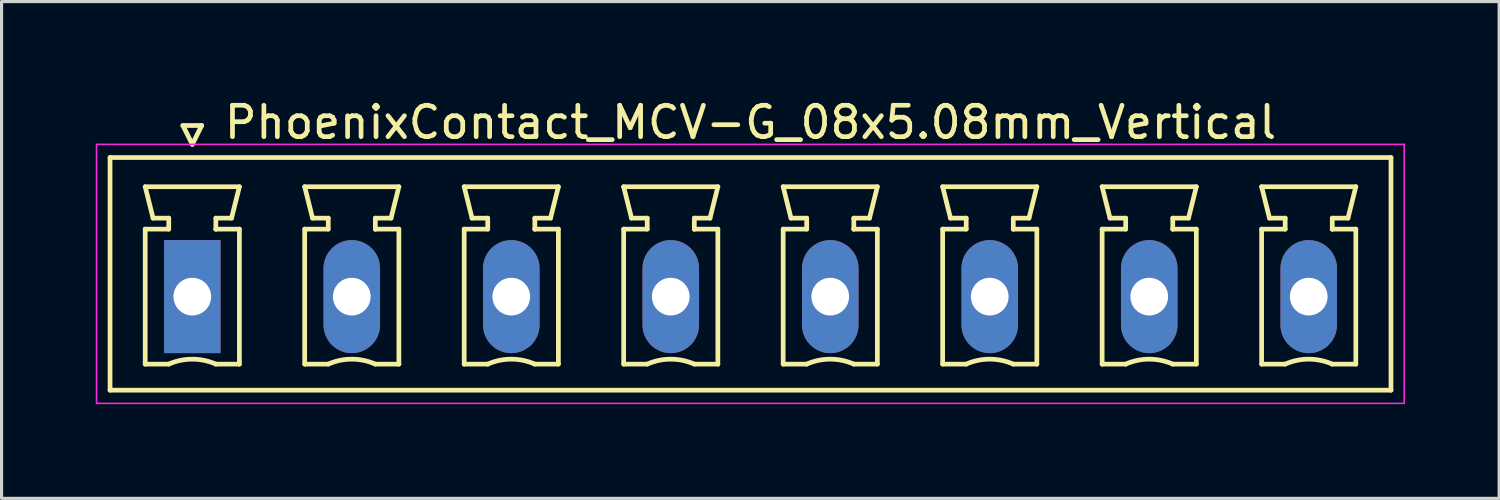
<source format=kicad_pcb>
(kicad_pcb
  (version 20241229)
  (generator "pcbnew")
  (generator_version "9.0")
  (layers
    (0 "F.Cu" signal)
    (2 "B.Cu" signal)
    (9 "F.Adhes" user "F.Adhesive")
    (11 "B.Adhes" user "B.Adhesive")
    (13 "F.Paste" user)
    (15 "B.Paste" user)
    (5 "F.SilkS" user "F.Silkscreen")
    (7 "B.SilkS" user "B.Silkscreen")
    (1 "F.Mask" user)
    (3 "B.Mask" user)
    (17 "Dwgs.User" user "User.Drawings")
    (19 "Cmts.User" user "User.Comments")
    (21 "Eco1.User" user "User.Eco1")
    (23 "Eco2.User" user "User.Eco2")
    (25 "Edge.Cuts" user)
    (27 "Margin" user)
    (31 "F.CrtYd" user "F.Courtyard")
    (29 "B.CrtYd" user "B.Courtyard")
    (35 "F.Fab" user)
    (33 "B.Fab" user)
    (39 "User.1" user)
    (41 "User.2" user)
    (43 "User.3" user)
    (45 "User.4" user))
  (footprint "PhoenixContact_MCV-G_08x5.08mm_Vertical"
    (layer "F.Cu")
    (at 3.075 6.398)
    (property "Reference" "PhoenixContact_MCV-G_08x5.08mm_Vertical" (at 17.78 -5.55 0) (layer "F.SilkS") (effects (font (size 1 1) (thickness 0.15))))
    (attr through_hole)
    (fp_line (start -2.62 -4.43) (end -2.62 2.98) (stroke (width 0.15) (type solid)) (layer "F.SilkS"))
    (fp_line (start -2.62 2.98) (end 38.18 2.98) (stroke (width 0.15) (type solid)) (layer "F.SilkS"))
    (fp_line (start -1.5 -3.5) (end 1.5 -3.5) (stroke (width 0.15) (type solid)) (layer "F.SilkS"))
    (fp_line (start -1.5 -2.15) (end -0.75 -2.15) (stroke (width 0.15) (type solid)) (layer "F.SilkS"))
    (fp_line (start -1.5 2.15) (end -1.5 -2.15) (stroke (width 0.15) (type solid)) (layer "F.SilkS"))
    (fp_line (start -1.25 -2.5) (end -1.5 -3.5) (stroke (width 0.15) (type solid)) (layer "F.SilkS"))
    (fp_line (start -0.75 -2.5) (end -1.25 -2.5) (stroke (width 0.15) (type solid)) (layer "F.SilkS"))
    (fp_line (start -0.75 -2.15) (end -0.75 -2.5) (stroke (width 0.15) (type solid)) (layer "F.SilkS"))
    (fp_line (start -0.75 2.15) (end -1.5 2.15) (stroke (width 0.15) (type solid)) (layer "F.SilkS"))
    (fp_line (start -0.3 -5.45) (end 0 -4.85) (stroke (width 0.15) (type solid)) (layer "F.SilkS"))
    (fp_line (start 0 -4.85) (end 0.3 -5.45) (stroke (width 0.15) (type solid)) (layer "F.SilkS"))
    (fp_line (start 0.3 -5.45) (end -0.3 -5.45) (stroke (width 0.15) (type solid)) (layer "F.SilkS"))
    (fp_line (start 0.75 -2.5) (end 0.75 -2.15) (stroke (width 0.15) (type solid)) (layer "F.SilkS"))
    (fp_line (start 0.75 -2.15) (end 0.75 -2.15) (stroke (width 0.15) (type solid)) (layer "F.SilkS"))
    (fp_line (start 0.75 -2.15) (end 1.5 -2.15) (stroke (width 0.15) (type solid)) (layer "F.SilkS"))
    (fp_line (start 1.25 -2.5) (end 0.75 -2.5) (stroke (width 0.15) (type solid)) (layer "F.SilkS"))
    (fp_line (start 1.5 -3.5) (end 1.25 -2.5) (stroke (width 0.15) (type solid)) (layer "F.SilkS"))
    (fp_line (start 1.5 -2.15) (end 1.5 2.15) (stroke (width 0.15) (type solid)) (layer "F.SilkS"))
    (fp_line (start 1.5 2.15) (end 0.75 2.15) (stroke (width 0.15) (type solid)) (layer "F.SilkS"))
    (fp_line (start 3.58 -3.5) (end 6.58 -3.5) (stroke (width 0.15) (type solid)) (layer "F.SilkS"))
    (fp_line (start 3.58 -2.15) (end 4.33 -2.15) (stroke (width 0.15) (type solid)) (layer "F.SilkS"))
    (fp_line (start 3.58 2.15) (end 3.58 -2.15) (stroke (width 0.15) (type solid)) (layer "F.SilkS"))
    (fp_line (start 3.83 -2.5) (end 3.58 -3.5) (stroke (width 0.15) (type solid)) (layer "F.SilkS"))
    (fp_line (start 4.33 -2.5) (end 3.83 -2.5) (stroke (width 0.15) (type solid)) (layer "F.SilkS"))
    (fp_line (start 4.33 -2.15) (end 4.33 -2.5) (stroke (width 0.15) (type solid)) (layer "F.SilkS"))
    (fp_line (start 4.33 2.15) (end 3.58 2.15) (stroke (width 0.15) (type solid)) (layer "F.SilkS"))
    (fp_line (start 5.83 -2.5) (end 5.83 -2.15) (stroke (width 0.15) (type solid)) (layer "F.SilkS"))
    (fp_line (start 5.83 -2.15) (end 5.83 -2.15) (stroke (width 0.15) (type solid)) (layer "F.SilkS"))
    (fp_line (start 5.83 -2.15) (end 6.58 -2.15) (stroke (width 0.15) (type solid)) (layer "F.SilkS"))
    (fp_line (start 6.33 -2.5) (end 5.83 -2.5) (stroke (width 0.15) (type solid)) (layer "F.SilkS"))
    (fp_line (start 6.58 -3.5) (end 6.33 -2.5) (stroke (width 0.15) (type solid)) (layer "F.SilkS"))
    (fp_line (start 6.58 -2.15) (end 6.58 2.15) (stroke (width 0.15) (type solid)) (layer "F.SilkS"))
    (fp_line (start 6.58 2.15) (end 5.83 2.15) (stroke (width 0.15) (type solid)) (layer "F.SilkS"))
    (fp_line (start 8.66 -3.5) (end 11.66 -3.5) (stroke (width 0.15) (type solid)) (layer "F.SilkS"))
    (fp_line (start 8.66 -2.15) (end 9.41 -2.15) (stroke (width 0.15) (type solid)) (layer "F.SilkS"))
    (fp_line (start 8.66 2.15) (end 8.66 -2.15) (stroke (width 0.15) (type solid)) (layer "F.SilkS"))
    (fp_line (start 8.91 -2.5) (end 8.66 -3.5) (stroke (width 0.15) (type solid)) (layer "F.SilkS"))
    (fp_line (start 9.41 -2.5) (end 8.91 -2.5) (stroke (width 0.15) (type solid)) (layer "F.SilkS"))
    (fp_line (start 9.41 -2.15) (end 9.41 -2.5) (stroke (width 0.15) (type solid)) (layer "F.SilkS"))
    (fp_line (start 9.41 2.15) (end 8.66 2.15) (stroke (width 0.15) (type solid)) (layer "F.SilkS"))
    (fp_line (start 10.91 -2.5) (end 10.91 -2.15) (stroke (width 0.15) (type solid)) (layer "F.SilkS"))
    (fp_line (start 10.91 -2.15) (end 10.91 -2.15) (stroke (width 0.15) (type solid)) (layer "F.SilkS"))
    (fp_line (start 10.91 -2.15) (end 11.66 -2.15) (stroke (width 0.15) (type solid)) (layer "F.SilkS"))
    (fp_line (start 11.41 -2.5) (end 10.91 -2.5) (stroke (width 0.15) (type solid)) (layer "F.SilkS"))
    (fp_line (start 11.66 -3.5) (end 11.41 -2.5) (stroke (width 0.15) (type solid)) (layer "F.SilkS"))
    (fp_line (start 11.66 -2.15) (end 11.66 2.15) (stroke (width 0.15) (type solid)) (layer "F.SilkS"))
    (fp_line (start 11.66 2.15) (end 10.91 2.15) (stroke (width 0.15) (type solid)) (layer "F.SilkS"))
    (fp_line (start 13.74 -3.5) (end 16.74 -3.5) (stroke (width 0.15) (type solid)) (layer "F.SilkS"))
    (fp_line (start 13.74 -2.15) (end 14.49 -2.15) (stroke (width 0.15) (type solid)) (layer "F.SilkS"))
    (fp_line (start 13.74 2.15) (end 13.74 -2.15) (stroke (width 0.15) (type solid)) (layer "F.SilkS"))
    (fp_line (start 13.99 -2.5) (end 13.74 -3.5) (stroke (width 0.15) (type solid)) (layer "F.SilkS"))
    (fp_line (start 14.49 -2.5) (end 13.99 -2.5) (stroke (width 0.15) (type solid)) (layer "F.SilkS"))
    (fp_line (start 14.49 -2.15) (end 14.49 -2.5) (stroke (width 0.15) (type solid)) (layer "F.SilkS"))
    (fp_line (start 14.49 2.15) (end 13.74 2.15) (stroke (width 0.15) (type solid)) (layer "F.SilkS"))
    (fp_line (start 15.99 -2.5) (end 15.99 -2.15) (stroke (width 0.15) (type solid)) (layer "F.SilkS"))
    (fp_line (start 15.99 -2.15) (end 15.99 -2.15) (stroke (width 0.15) (type solid)) (layer "F.SilkS"))
    (fp_line (start 15.99 -2.15) (end 16.74 -2.15) (stroke (width 0.15) (type solid)) (layer "F.SilkS"))
    (fp_line (start 16.49 -2.5) (end 15.99 -2.5) (stroke (width 0.15) (type solid)) (layer "F.SilkS"))
    (fp_line (start 16.74 -3.5) (end 16.49 -2.5) (stroke (width 0.15) (type solid)) (layer "F.SilkS"))
    (fp_line (start 16.74 -2.15) (end 16.74 2.15) (stroke (width 0.15) (type solid)) (layer "F.SilkS"))
    (fp_line (start 16.74 2.15) (end 15.99 2.15) (stroke (width 0.15) (type solid)) (layer "F.SilkS"))
    (fp_line (start 18.82 -3.5) (end 21.82 -3.5) (stroke (width 0.15) (type solid)) (layer "F.SilkS"))
    (fp_line (start 18.82 -2.15) (end 19.57 -2.15) (stroke (width 0.15) (type solid)) (layer "F.SilkS"))
    (fp_line (start 18.82 2.15) (end 18.82 -2.15) (stroke (width 0.15) (type solid)) (layer "F.SilkS"))
    (fp_line (start 19.07 -2.5) (end 18.82 -3.5) (stroke (width 0.15) (type solid)) (layer "F.SilkS"))
    (fp_line (start 19.57 -2.5) (end 19.07 -2.5) (stroke (width 0.15) (type solid)) (layer "F.SilkS"))
    (fp_line (start 19.57 -2.15) (end 19.57 -2.5) (stroke (width 0.15) (type solid)) (layer "F.SilkS"))
    (fp_line (start 19.57 2.15) (end 18.82 2.15) (stroke (width 0.15) (type solid)) (layer "F.SilkS"))
    (fp_line (start 21.07 -2.5) (end 21.07 -2.15) (stroke (width 0.15) (type solid)) (layer "F.SilkS"))
    (fp_line (start 21.07 -2.15) (end 21.07 -2.15) (stroke (width 0.15) (type solid)) (layer "F.SilkS"))
    (fp_line (start 21.07 -2.15) (end 21.82 -2.15) (stroke (width 0.15) (type solid)) (layer "F.SilkS"))
    (fp_line (start 21.57 -2.5) (end 21.07 -2.5) (stroke (width 0.15) (type solid)) (layer "F.SilkS"))
    (fp_line (start 21.82 -3.5) (end 21.57 -2.5) (stroke (width 0.15) (type solid)) (layer "F.SilkS"))
    (fp_line (start 21.82 -2.15) (end 21.82 2.15) (stroke (width 0.15) (type solid)) (layer "F.SilkS"))
    (fp_line (start 21.82 2.15) (end 21.07 2.15) (stroke (width 0.15) (type solid)) (layer "F.SilkS"))
    (fp_line (start 23.9 -3.5) (end 26.9 -3.5) (stroke (width 0.15) (type solid)) (layer "F.SilkS"))
    (fp_line (start 23.9 -2.15) (end 24.65 -2.15) (stroke (width 0.15) (type solid)) (layer "F.SilkS"))
    (fp_line (start 23.9 2.15) (end 23.9 -2.15) (stroke (width 0.15) (type solid)) (layer "F.SilkS"))
    (fp_line (start 24.15 -2.5) (end 23.9 -3.5) (stroke (width 0.15) (type solid)) (layer "F.SilkS"))
    (fp_line (start 24.65 -2.5) (end 24.15 -2.5) (stroke (width 0.15) (type solid)) (layer "F.SilkS"))
    (fp_line (start 24.65 -2.15) (end 24.65 -2.5) (stroke (width 0.15) (type solid)) (layer "F.SilkS"))
    (fp_line (start 24.65 2.15) (end 23.9 2.15) (stroke (width 0.15) (type solid)) (layer "F.SilkS"))
    (fp_line (start 26.15 -2.5) (end 26.15 -2.15) (stroke (width 0.15) (type solid)) (layer "F.SilkS"))
    (fp_line (start 26.15 -2.15) (end 26.15 -2.15) (stroke (width 0.15) (type solid)) (layer "F.SilkS"))
    (fp_line (start 26.15 -2.15) (end 26.9 -2.15) (stroke (width 0.15) (type solid)) (layer "F.SilkS"))
    (fp_line (start 26.65 -2.5) (end 26.15 -2.5) (stroke (width 0.15) (type solid)) (layer "F.SilkS"))
    (fp_line (start 26.9 -3.5) (end 26.65 -2.5) (stroke (width 0.15) (type solid)) (layer "F.SilkS"))
    (fp_line (start 26.9 -2.15) (end 26.9 2.15) (stroke (width 0.15) (type solid)) (layer "F.SilkS"))
    (fp_line (start 26.9 2.15) (end 26.15 2.15) (stroke (width 0.15) (type solid)) (layer "F.SilkS"))
    (fp_line (start 28.98 -3.5) (end 31.98 -3.5) (stroke (width 0.15) (type solid)) (layer "F.SilkS"))
    (fp_line (start 28.98 -2.15) (end 29.73 -2.15) (stroke (width 0.15) (type solid)) (layer "F.SilkS"))
    (fp_line (start 28.98 2.15) (end 28.98 -2.15) (stroke (width 0.15) (type solid)) (layer "F.SilkS"))
    (fp_line (start 29.23 -2.5) (end 28.98 -3.5) (stroke (width 0.15) (type solid)) (layer "F.SilkS"))
    (fp_line (start 29.73 -2.5) (end 29.23 -2.5) (stroke (width 0.15) (type solid)) (layer "F.SilkS"))
    (fp_line (start 29.73 -2.15) (end 29.73 -2.5) (stroke (width 0.15) (type solid)) (layer "F.SilkS"))
    (fp_line (start 29.73 2.15) (end 28.98 2.15) (stroke (width 0.15) (type solid)) (layer "F.SilkS"))
    (fp_line (start 31.23 -2.5) (end 31.23 -2.15) (stroke (width 0.15) (type solid)) (layer "F.SilkS"))
    (fp_line (start 31.23 -2.15) (end 31.23 -2.15) (stroke (width 0.15) (type solid)) (layer "F.SilkS"))
    (fp_line (start 31.23 -2.15) (end 31.98 -2.15) (stroke (width 0.15) (type solid)) (layer "F.SilkS"))
    (fp_line (start 31.73 -2.5) (end 31.23 -2.5) (stroke (width 0.15) (type solid)) (layer "F.SilkS"))
    (fp_line (start 31.98 -3.5) (end 31.73 -2.5) (stroke (width 0.15) (type solid)) (layer "F.SilkS"))
    (fp_line (start 31.98 -2.15) (end 31.98 2.15) (stroke (width 0.15) (type solid)) (layer "F.SilkS"))
    (fp_line (start 31.98 2.15) (end 31.23 2.15) (stroke (width 0.15) (type solid)) (layer "F.SilkS"))
    (fp_line (start 34.06 -3.5) (end 37.06 -3.5) (stroke (width 0.15) (type solid)) (layer "F.SilkS"))
    (fp_line (start 34.06 -2.15) (end 34.81 -2.15) (stroke (width 0.15) (type solid)) (layer "F.SilkS"))
    (fp_line (start 34.06 2.15) (end 34.06 -2.15) (stroke (width 0.15) (type solid)) (layer "F.SilkS"))
    (fp_line (start 34.31 -2.5) (end 34.06 -3.5) (stroke (width 0.15) (type solid)) (layer "F.SilkS"))
    (fp_line (start 34.81 -2.5) (end 34.31 -2.5) (stroke (width 0.15) (type solid)) (layer "F.SilkS"))
    (fp_line (start 34.81 -2.15) (end 34.81 -2.5) (stroke (width 0.15) (type solid)) (layer "F.SilkS"))
    (fp_line (start 34.81 2.15) (end 34.06 2.15) (stroke (width 0.15) (type solid)) (layer "F.SilkS"))
    (fp_line (start 36.31 -2.5) (end 36.31 -2.15) (stroke (width 0.15) (type solid)) (layer "F.SilkS"))
    (fp_line (start 36.31 -2.15) (end 36.31 -2.15) (stroke (width 0.15) (type solid)) (layer "F.SilkS"))
    (fp_line (start 36.31 -2.15) (end 37.06 -2.15) (stroke (width 0.15) (type solid)) (layer "F.SilkS"))
    (fp_line (start 36.81 -2.5) (end 36.31 -2.5) (stroke (width 0.15) (type solid)) (layer "F.SilkS"))
    (fp_line (start 37.06 -3.5) (end 36.81 -2.5) (stroke (width 0.15) (type solid)) (layer "F.SilkS"))
    (fp_line (start 37.06 -2.15) (end 37.06 2.15) (stroke (width 0.15) (type solid)) (layer "F.SilkS"))
    (fp_line (start 37.06 2.15) (end 36.31 2.15) (stroke (width 0.15) (type solid)) (layer "F.SilkS"))
    (fp_line (start 38.18 -4.43) (end -2.62 -4.43) (stroke (width 0.15) (type solid)) (layer "F.SilkS"))
    (fp_line (start 38.18 2.98) (end 38.18 -4.43) (stroke (width 0.15) (type solid)) (layer "F.SilkS"))
    (fp_arc (start -0.75 2.15) (mid -0.000193 1.99191) (end 0.749647 2.149844) (stroke (width 0.15) (type solid)) (layer "F.SilkS"))
    (fp_arc (start 4.33 2.15) (mid 5.079807 1.99191) (end 5.829647 2.149844) (stroke (width 0.15) (type solid)) (layer "F.SilkS"))
    (fp_arc (start 9.41 2.15) (mid 10.159807 1.99191) (end 10.909647 2.149844) (stroke (width 0.15) (type solid)) (layer "F.SilkS"))
    (fp_arc (start 14.49 2.15) (mid 15.239807 1.99191) (end 15.989647 2.149844) (stroke (width 0.15) (type solid)) (layer "F.SilkS"))
    (fp_arc (start 19.57 2.15) (mid 20.319807 1.99191) (end 21.069647 2.149844) (stroke (width 0.15) (type solid)) (layer "F.SilkS"))
    (fp_arc (start 24.65 2.15) (mid 25.399807 1.99191) (end 26.149647 2.149844) (stroke (width 0.15) (type solid)) (layer "F.SilkS"))
    (fp_arc (start 29.73 2.15) (mid 30.479807 1.99191) (end 31.229647 2.149844) (stroke (width 0.15) (type solid)) (layer "F.SilkS"))
    (fp_arc (start 34.81 2.15) (mid 35.559807 1.99191) (end 36.309647 2.149844) (stroke (width 0.15) (type solid)) (layer "F.SilkS"))
    (fp_line (start -3.05 -4.85) (end -3.05 3.4) (stroke (width 0.05) (type solid)) (layer "F.CrtYd"))
    (fp_line (start -3.05 3.4) (end 38.6 3.4) (stroke (width 0.05) (type solid)) (layer "F.CrtYd"))
    (fp_line (start 38.6 -4.85) (end -3.05 -4.85) (stroke (width 0.05) (type solid)) (layer "F.CrtYd"))
    (fp_line (start 38.6 3.4) (end 38.6 -4.85) (stroke (width 0.05) (type solid)) (layer "F.CrtYd"))
    (pad "1" thru_hole rect (at 0 0) (size 1.8 3.6) (drill 1.2) (layers "*.Cu" "*.Mask"))
    (pad "2" thru_hole oval (at 5.08 0) (size 1.8 3.6) (drill 1.2) (layers "*.Cu" "*.Mask"))
    (pad "3" thru_hole oval (at 10.16 0) (size 1.8 3.6) (drill 1.2) (layers "*.Cu" "*.Mask"))
    (pad "4" thru_hole oval (at 15.24 0) (size 1.8 3.6) (drill 1.2) (layers "*.Cu" "*.Mask"))
    (pad "5" thru_hole oval (at 20.32 0) (size 1.8 3.6) (drill 1.2) (layers "*.Cu" "*.Mask"))
    (pad "6" thru_hole oval (at 25.4 0) (size 1.8 3.6) (drill 1.2) (layers "*.Cu" "*.Mask"))
    (pad "7" thru_hole oval (at 30.48 0) (size 1.8 3.6) (drill 1.2) (layers "*.Cu" "*.Mask"))
    (pad "8" thru_hole oval (at 35.56 0) (size 1.8 3.6) (drill 1.2) (layers "*.Cu" "*.Mask")))
  (gr_rect
    (start -3 -3)
    (end 44.7 12.823)
    (stroke (width 0.1) (type default))
    (fill no)
    (layer "Edge.Cuts")))
</source>
